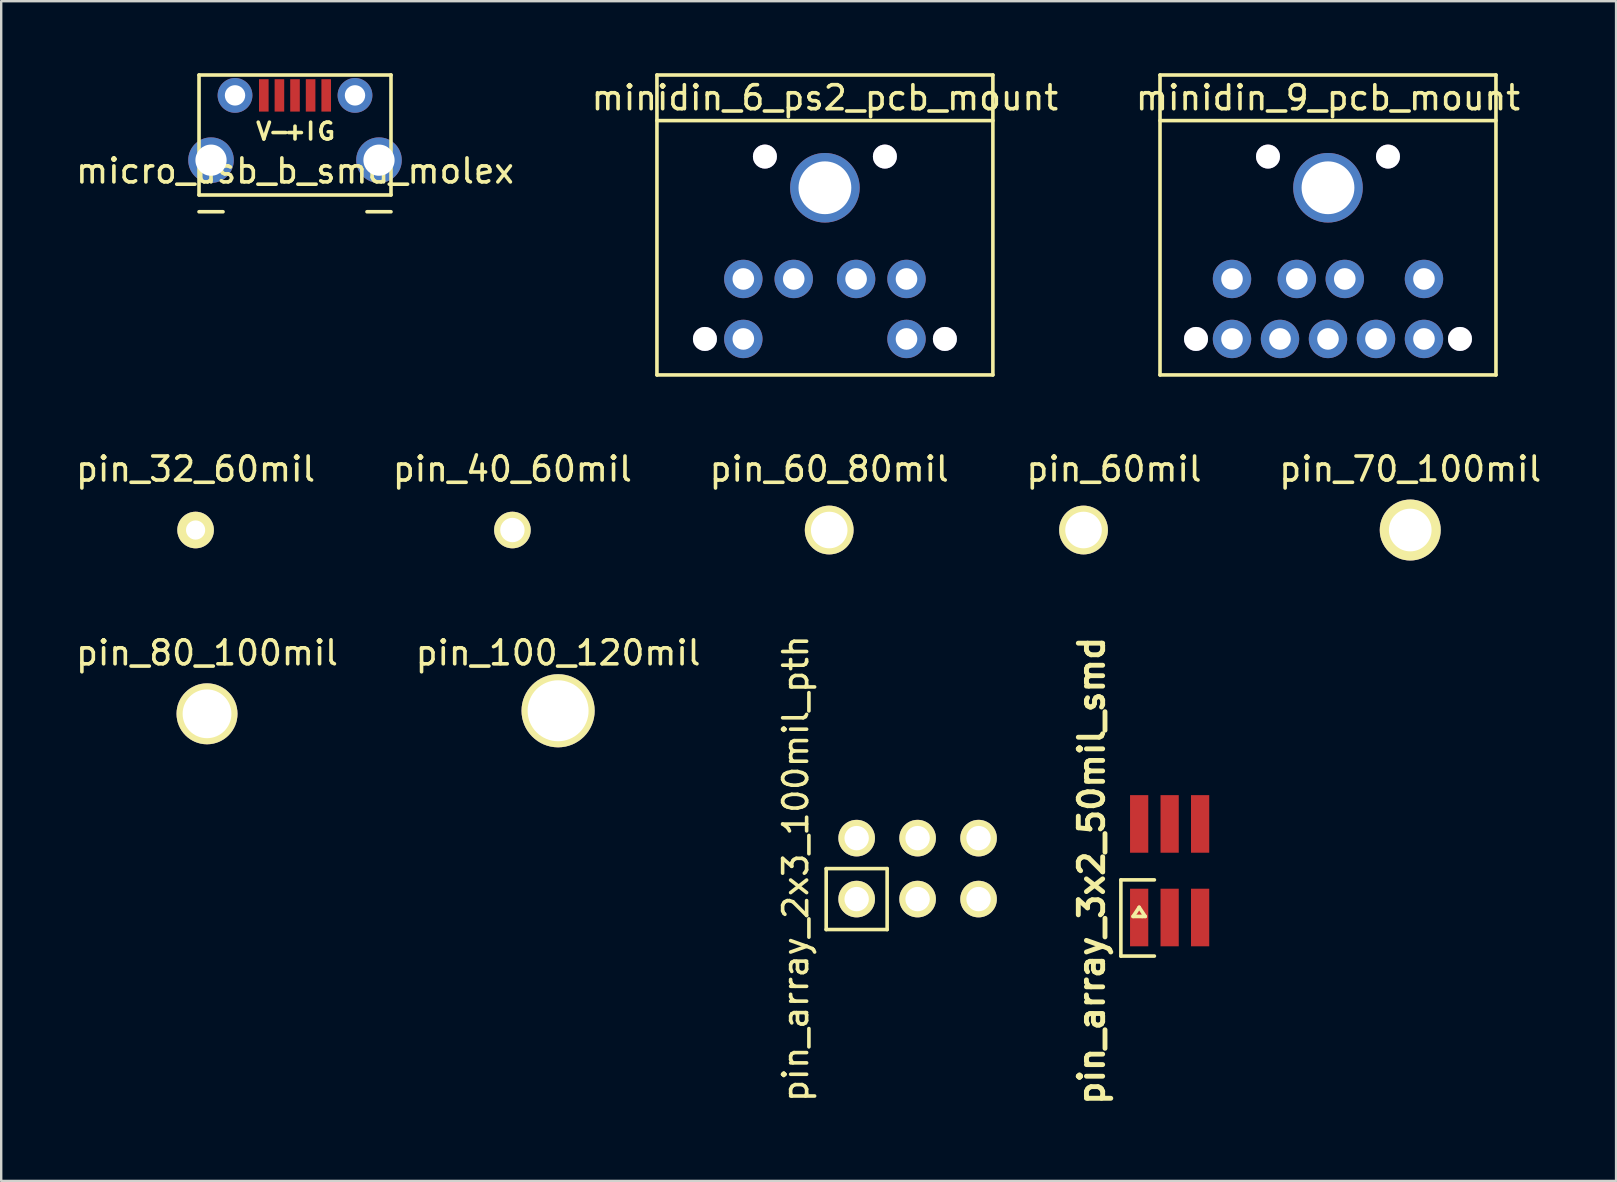
<source format=kicad_pcb>
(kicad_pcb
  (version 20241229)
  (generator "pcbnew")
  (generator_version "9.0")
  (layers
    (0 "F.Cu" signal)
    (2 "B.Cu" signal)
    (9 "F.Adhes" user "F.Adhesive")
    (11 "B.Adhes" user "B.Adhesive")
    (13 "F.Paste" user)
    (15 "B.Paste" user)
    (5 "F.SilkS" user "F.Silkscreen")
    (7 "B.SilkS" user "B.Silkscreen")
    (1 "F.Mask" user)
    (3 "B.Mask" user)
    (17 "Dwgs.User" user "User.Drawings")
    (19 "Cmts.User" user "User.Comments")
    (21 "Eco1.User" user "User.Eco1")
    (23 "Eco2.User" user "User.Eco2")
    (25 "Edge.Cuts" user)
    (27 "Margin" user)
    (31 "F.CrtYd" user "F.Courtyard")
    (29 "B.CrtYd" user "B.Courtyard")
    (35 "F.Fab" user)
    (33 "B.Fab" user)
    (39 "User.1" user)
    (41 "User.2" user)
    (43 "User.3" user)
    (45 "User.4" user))
  (footprint "pin_array_2x3_100mil_pth"
    (layer "F.Cu")
    (at 35.19 33.148)
    (property "Reference" "pin_array_2x3_100mil_pth" (at -5.08 0 90) (layer "F.SilkS") (effects (font (size 1 1) (thickness 0.15))))
    (attr through_hole)
    (fp_line (start -3.81 0) (end -3.81 2.54) (stroke (width 0.15) (type solid)) (layer "F.SilkS"))
    (fp_line (start -3.81 2.54) (end -1.27 2.54) (stroke (width 0.15) (type solid)) (layer "F.SilkS"))
    (fp_line (start -1.27 0) (end -3.81 0) (stroke (width 0.15) (type solid)) (layer "F.SilkS"))
    (fp_line (start -1.27 2.54) (end -1.27 0) (stroke (width 0.15) (type solid)) (layer "F.SilkS"))
    (pad "1" thru_hole circle (at -2.54 1.27) (size 1.524 1.524) (drill 1.016) (layers "*.Cu" "*.Mask" "F.SilkS"))
    (pad "2" thru_hole circle (at -2.54 -1.27) (size 1.524 1.524) (drill 1.016) (layers "*.Cu" "*.Mask" "F.SilkS"))
    (pad "3" thru_hole circle (at 0 1.27) (size 1.524 1.524) (drill 1.016) (layers "*.Cu" "*.Mask" "F.SilkS"))
    (pad "4" thru_hole circle (at 0 -1.27) (size 1.524 1.524) (drill 1.016) (layers "*.Cu" "*.Mask" "F.SilkS"))
    (pad "5" thru_hole circle (at 2.54 1.27) (size 1.524 1.524) (drill 1.016) (layers "*.Cu" "*.Mask" "F.SilkS"))
    (pad "6" thru_hole circle (at 2.54 -1.27) (size 1.524 1.524) (drill 1.016) (layers "*.Cu" "*.Mask" "F.SilkS")))
  (footprint "pin_40_60mil"
    (layer "F.Cu")
    (at 18.304 19.038)
    (property "Reference" "pin_40_60mil" (at 0 -2.54 0) (layer "F.SilkS") (effects (font (size 1 1) (thickness 0.15))))
    (attr through_hole)
    (pad "1" thru_hole circle (at 0 0) (size 1.524 1.524) (drill 1.016) (layers "*.Cu" "*.Mask" "F.SilkS")))
  (footprint "pin_80_100mil"
    (layer "F.Cu")
    (at 5.577 26.697)
    (property "Reference" "pin_80_100mil" (at 0 -2.54 0) (layer "F.SilkS") (effects (font (size 1 1) (thickness 0.15))))
    (attr through_hole)
    (pad "1" thru_hole circle (at 0 0) (size 2.54 2.54) (drill 2.032) (layers "*.Cu" "*.Mask" "F.SilkS")))
  (footprint "pin_70_100mil"
    (layer "F.Cu")
    (at 55.72 19.038)
    (property "Reference" "pin_70_100mil" (at 0 -2.54 0) (layer "F.SilkS") (effects (font (size 1 1) (thickness 0.15))))
    (attr through_hole)
    (pad "1" thru_hole circle (at 0 0) (size 2.54 2.54) (drill 1.778) (layers "*.Cu" "*.Mask" "F.SilkS")))
  (footprint "pin_60_80mil"
    (layer "F.Cu")
    (at 31.506 19.038)
    (property "Reference" "pin_60_80mil" (at 0 -2.54 0) (layer "F.SilkS") (effects (font (size 1 1) (thickness 0.15))))
    (attr through_hole)
    (pad "1" thru_hole circle (at 0 0) (size 2.032 2.032) (drill 1.524) (layers "*.Cu" "*.Mask" "F.SilkS")))
  (footprint "micro_usb_b_smd_molex"
    (layer "F.Cu")
    (at 9.244 3.075)
    (property "Reference" "micro_usb_b_smd_molex" (at 0 1 0) (layer "F.SilkS") (effects (font (size 1 1) (thickness 0.15))))
    (attr through_hole)
    (fp_line (start -4 -3) (end -4 2) (stroke (width 0.15) (type solid)) (layer "F.SilkS"))
    (fp_line (start -4 -3) (end 4 -3) (stroke (width 0.15) (type solid)) (layer "F.SilkS"))
    (fp_line (start -4 2) (end 4 2) (stroke (width 0.15) (type solid)) (layer "F.SilkS"))
    (fp_line (start -4 2.7) (end -3 2.7) (stroke (width 0.15) (type solid)) (layer "F.SilkS"))
    (fp_line (start 3 2.7) (end 4 2.7) (stroke (width 0.15) (type solid)) (layer "F.SilkS"))
    (fp_line (start 4 -3) (end 4 2) (stroke (width 0.15) (type solid)) (layer "F.SilkS"))
    (fp_text user "V" (at -1.3 -0.65 0) (layer "F.SilkS") (effects (font (size 0.7 0.7) (thickness 0.15))))
    (fp_text user "-" (at -0.65 -0.65 0) (layer "F.SilkS") (effects (font (size 0.7 0.7) (thickness 0.15))))
    (fp_text user "I" (at 0.65 -0.65 0) (layer "F.SilkS") (effects (font (size 0.7 0.7) (thickness 0.15))))
    (fp_text user "+" (at 0 -0.65 0) (layer "F.SilkS") (effects (font (size 0.7 0.7) (thickness 0.15))))
    (fp_text user "G" (at 1.3 -0.65 0) (layer "F.SilkS") (effects (font (size 0.7 0.7) (thickness 0.15))))
    (pad "1" smd rect (at -1.3 -2.15) (size 0.4 1.35) (layers "F.Cu" "F.Mask" "F.Paste"))
    (pad "2" smd rect (at -0.65 -2.15) (size 0.4 1.35) (layers "F.Cu" "F.Mask" "F.Paste"))
    (pad "3" smd rect (at 0 -2.15) (size 0.4 1.35) (layers "F.Cu" "F.Mask" "F.Paste"))
    (pad "4" smd rect (at 0.65 -2.15) (size 0.4 1.35) (layers "F.Cu" "F.Mask" "F.Paste"))
    (pad "5" smd rect (at 1.3 -2.15) (size 0.4 1.35) (layers "F.Cu" "F.Mask" "F.Paste"))
    (pad "M0" thru_hole circle (at -3.5 0.55) (size 1.9 1.9) (drill 1.3) (layers "*.Cu" "*.Mask"))
    (pad "M1" thru_hole circle (at 3.5 0.55) (size 1.9 1.9) (drill 1.3) (layers "*.Cu" "*.Mask"))
    (pad "P0" thru_hole circle (at -2.5 -2.15) (size 1.45 1.45) (drill 0.85) (layers "*.Cu" "*.Mask"))
    (pad "P1" thru_hole circle (at 2.5 -2.15) (size 1.45 1.45) (drill 0.85) (layers "*.Cu" "*.Mask")))
  (footprint "pin_100_120mil"
    (layer "F.Cu")
    (at 20.208 26.57)
    (property "Reference" "pin_100_120mil" (at 0 -2.413 0) (layer "F.SilkS") (effects (font (size 1 1) (thickness 0.15))))
    (attr through_hole)
    (pad "1" thru_hole circle (at 0 0) (size 3.048 3.048) (drill 2.54) (layers "*.Cu" "*.Mask" "F.SilkS")))
  (footprint "minidin_9_pcb_mount"
    (layer "F.Cu")
    (at 52.292 6.325)
    (property "Reference" "minidin_9_pcb_mount" (at 0 -5.3 0) (layer "F.SilkS") (effects (font (size 1 1) (thickness 0.15))))
    (attr through_hole)
    (fp_line (start -7 -6.25) (end -7 6.25) (stroke (width 0.15) (type solid)) (layer "F.SilkS"))
    (fp_line (start -7 -4.35) (end 7 -4.35) (stroke (width 0.15) (type solid)) (layer "F.SilkS"))
    (fp_line (start -7 6.25) (end 7 6.25) (stroke (width 0.15) (type solid)) (layer "F.SilkS"))
    (fp_line (start 7 -6.25) (end -7 -6.25) (stroke (width 0.15) (type solid)) (layer "F.SilkS"))
    (fp_line (start 7 6.25) (end 7 -6.25) (stroke (width 0.15) (type solid)) (layer "F.SilkS"))
    (pad "1" thru_hole circle (at -1.3 2.25) (size 1.6 1.6) (drill 0.9) (layers "*.Cu" "*.Mask"))
    (pad "2" thru_hole circle (at 0.7 2.25) (size 1.6 1.6) (drill 0.9) (layers "*.Cu" "*.Mask"))
    (pad "3" thru_hole circle (at -4 2.25) (size 1.6 1.6) (drill 0.9) (layers "*.Cu" "*.Mask"))
    (pad "4" thru_hole circle (at -2 4.75) (size 1.6 1.6) (drill 0.9) (layers "*.Cu" "*.Mask"))
    (pad "5" thru_hole circle (at 0 4.75) (size 1.6 1.6) (drill 0.9) (layers "*.Cu" "*.Mask"))
    (pad "6" thru_hole circle (at 4 2.25) (size 1.6 1.6) (drill 0.9) (layers "*.Cu" "*.Mask"))
    (pad "7" thru_hole circle (at -4 4.75) (size 1.6 1.6) (drill 0.9) (layers "*.Cu" "*.Mask"))
    (pad "8" thru_hole circle (at 2 4.75) (size 1.6 1.6) (drill 0.9) (layers "*.Cu" "*.Mask"))
    (pad "9" thru_hole circle (at 4 4.75) (size 1.6 1.6) (drill 0.9) (layers "*.Cu" "*.Mask"))
    (pad "M1" thru_hole circle (at -2.5 -2.85) (size 1 1) (drill 1) (layers "*.Cu" "*.Mask"))
    (pad "M2" thru_hole circle (at 2.5 -2.85) (size 1 1) (drill 1) (layers "*.Cu" "*.Mask"))
    (pad "M3" thru_hole circle (at -5.5 4.75) (size 1 1) (drill 1) (layers "*.Cu" "*.Mask"))
    (pad "M4" thru_hole circle (at 5.5 4.75) (size 1 1) (drill 1) (layers "*.Cu" "*.Mask"))
    (pad "S" thru_hole circle (at 0 -1.55) (size 2.9 2.9) (drill 2.2) (layers "*.Cu" "*.Mask")))
  (footprint "minidin_6_ps2_pcb_mount"
    (layer "F.Cu")
    (at 31.327 6.325)
    (property "Reference" "minidin_6_ps2_pcb_mount" (at 0 -5.3 0) (layer "F.SilkS") (effects (font (size 1 1) (thickness 0.15))))
    (attr through_hole)
    (fp_line (start -7 -6.25) (end -7 6.25) (stroke (width 0.15) (type solid)) (layer "F.SilkS"))
    (fp_line (start -7 -4.35) (end 7 -4.35) (stroke (width 0.15) (type solid)) (layer "F.SilkS"))
    (fp_line (start -7 6.25) (end 7 6.25) (stroke (width 0.15) (type solid)) (layer "F.SilkS"))
    (fp_line (start 7 -6.25) (end -7 -6.25) (stroke (width 0.15) (type solid)) (layer "F.SilkS"))
    (fp_line (start 7 6.25) (end 7 -6.25) (stroke (width 0.15) (type solid)) (layer "F.SilkS"))
    (pad "1" thru_hole circle (at -1.3 2.25) (size 1.6 1.6) (drill 0.9) (layers "*.Cu" "*.Mask"))
    (pad "2" thru_hole circle (at 1.3 2.25) (size 1.6 1.6) (drill 0.9) (layers "*.Cu" "*.Mask"))
    (pad "3" thru_hole circle (at -3.4 2.25) (size 1.6 1.6) (drill 0.9) (layers "*.Cu" "*.Mask"))
    (pad "4" thru_hole circle (at 3.4 2.25) (size 1.6 1.6) (drill 0.9) (layers "*.Cu" "*.Mask"))
    (pad "5" thru_hole circle (at -3.4 4.75) (size 1.6 1.6) (drill 0.9) (layers "*.Cu" "*.Mask"))
    (pad "6" thru_hole circle (at 3.4 4.75) (size 1.6 1.6) (drill 0.9) (layers "*.Cu" "*.Mask"))
    (pad "M1" thru_hole circle (at -2.5 -2.85) (size 1 1) (drill 1) (layers "*.Cu" "*.Mask"))
    (pad "M2" thru_hole circle (at 2.5 -2.85) (size 1 1) (drill 1) (layers "*.Cu" "*.Mask"))
    (pad "M3" thru_hole circle (at -5 4.75) (size 1 1) (drill 1) (layers "*.Cu" "*.Mask"))
    (pad "M4" thru_hole circle (at 5 4.75) (size 1 1) (drill 1) (layers "*.Cu" "*.Mask"))
    (pad "S" thru_hole circle (at 0 -1.55) (size 2.9 2.9) (drill 2.2) (layers "*.Cu" "*.Mask")))
  (footprint "pin_32_60mil"
    (layer "F.Cu")
    (at 5.101 19.038)
    (property "Reference" "pin_32_60mil" (at 0 -2.54 0) (layer "F.SilkS") (effects (font (size 1 1) (thickness 0.15))))
    (attr through_hole)
    (pad "1" thru_hole circle (at 0 0) (size 1.524 1.524) (drill 0.8) (layers "*.Cu" "*.Mask" "F.SilkS")))
  (footprint "pin_array_3x2_50mil_smd"
    (layer "F.Cu")
    (at 45.693 33.236)
    (property "Reference" "pin_array_3x2_50mil_smd" (at -3.25 0 90) (layer "F.SilkS") (effects (font (size 1.016 1.016) (thickness 0.203))))
    (attr through_hole)
    (fp_line (start -2.032 0.381) (end -2.032 3.556) (stroke (width 0.15) (type solid)) (layer "F.SilkS"))
    (fp_line (start -2.032 3.556) (end -0.635 3.556) (stroke (width 0.15) (type solid)) (layer "F.SilkS"))
    (fp_line (start -1.524 1.905) (end -1.143 1.905) (stroke (width 0.15) (type solid)) (layer "F.SilkS"))
    (fp_line (start -1.27 1.524) (end -1.524 1.905) (stroke (width 0.15) (type solid)) (layer "F.SilkS"))
    (fp_line (start -1.143 1.905) (end -1.016 1.905) (stroke (width 0.15) (type solid)) (layer "F.SilkS"))
    (fp_line (start -1.016 1.905) (end -1.27 1.524) (stroke (width 0.15) (type solid)) (layer "F.SilkS"))
    (fp_line (start -0.635 0.381) (end -2.032 0.381) (stroke (width 0.15) (type solid)) (layer "F.SilkS"))
    (pad "1" smd rect (at -1.27 1.95) (size 0.76 2.4) (layers "F.Cu" "F.Mask" "F.Paste"))
    (pad "2" smd rect (at -1.27 -1.95) (size 0.76 2.4) (layers "F.Cu" "F.Mask" "F.Paste"))
    (pad "3" smd rect (at 0 1.95) (size 0.76 2.4) (layers "F.Cu" "F.Mask" "F.Paste"))
    (pad "4" smd rect (at 0 -1.95) (size 0.76 2.4) (layers "F.Cu" "F.Mask" "F.Paste"))
    (pad "5" smd rect (at 1.27 1.95) (size 0.76 2.4) (layers "F.Cu" "F.Mask" "F.Paste"))
    (pad "6" smd rect (at 1.27 -1.95) (size 0.76 2.4) (layers "F.Cu" "F.Mask" "F.Paste")))
  (footprint "pin_60mil"
    (layer "F.Cu")
    (at 43.375 19.038)
    (property "Reference" "pin_60mil" (at 0 -2.54 0) (layer "F.SilkS") (effects (font (size 1 1) (thickness 0.15))))
    (attr through_hole)
    (pad "1" thru_hole circle (at -1.27 0) (size 2.032 2.032) (drill 1.524) (layers "*.Cu" "*.Mask" "F.SilkS")))
  (gr_rect
    (start -3 -3)
    (end 64.298 46.164)
    (stroke (width 0.1) (type default))
    (fill no)
    (layer "Edge.Cuts")))
</source>
